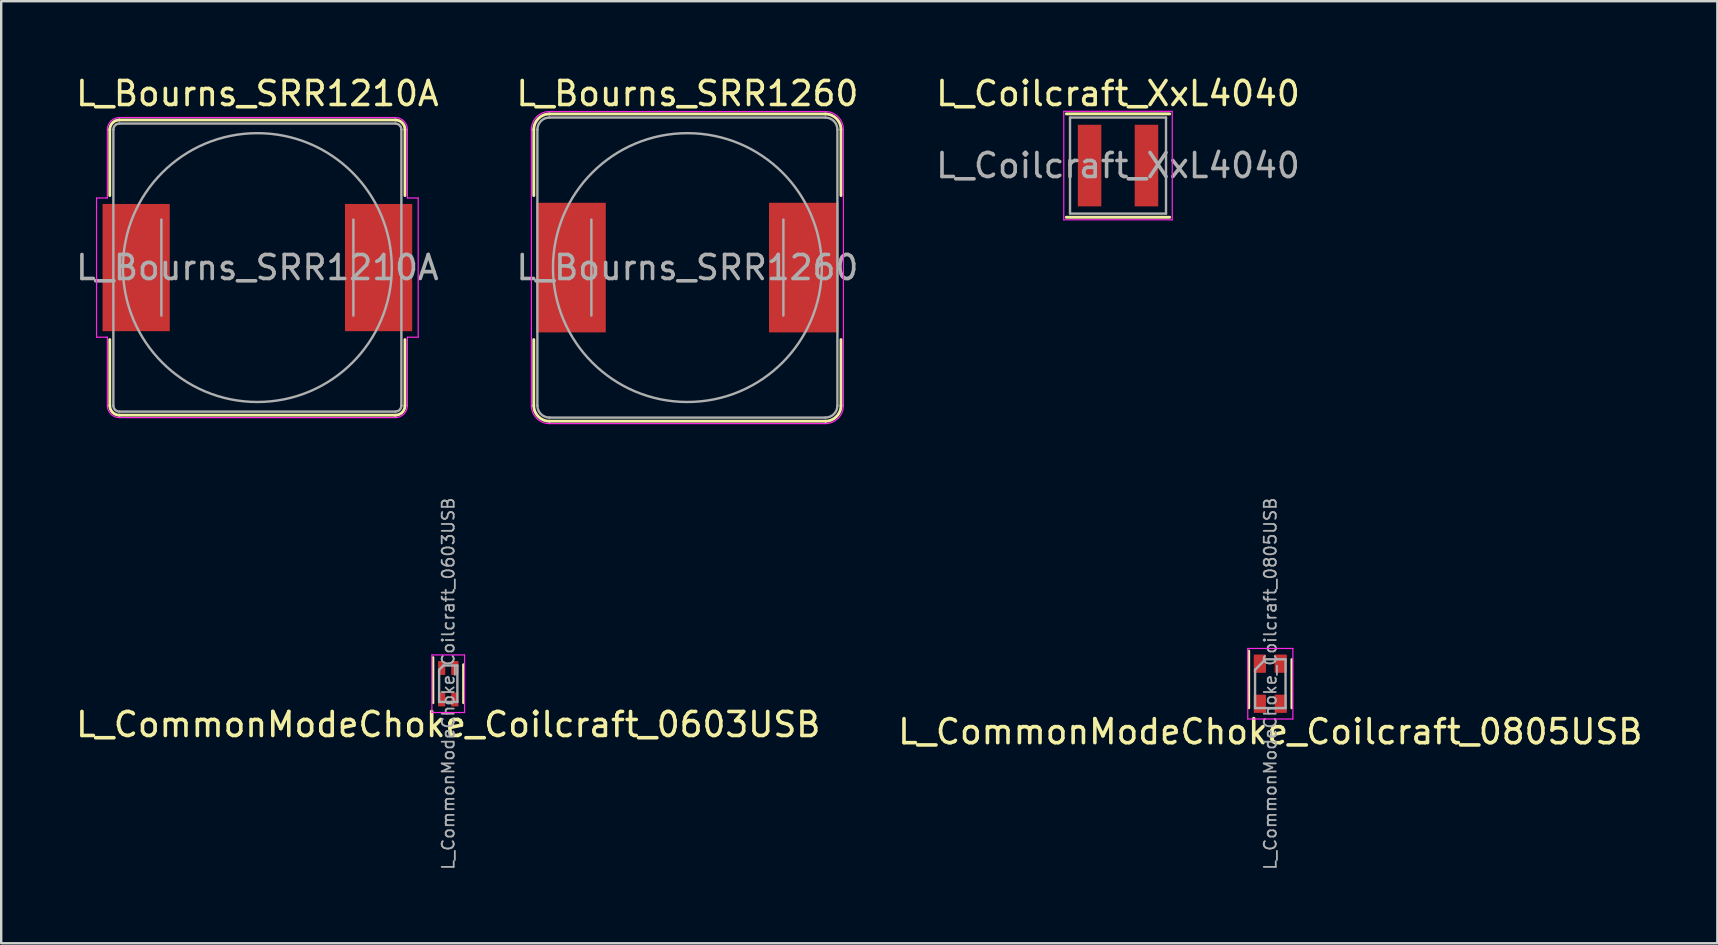
<source format=kicad_pcb>
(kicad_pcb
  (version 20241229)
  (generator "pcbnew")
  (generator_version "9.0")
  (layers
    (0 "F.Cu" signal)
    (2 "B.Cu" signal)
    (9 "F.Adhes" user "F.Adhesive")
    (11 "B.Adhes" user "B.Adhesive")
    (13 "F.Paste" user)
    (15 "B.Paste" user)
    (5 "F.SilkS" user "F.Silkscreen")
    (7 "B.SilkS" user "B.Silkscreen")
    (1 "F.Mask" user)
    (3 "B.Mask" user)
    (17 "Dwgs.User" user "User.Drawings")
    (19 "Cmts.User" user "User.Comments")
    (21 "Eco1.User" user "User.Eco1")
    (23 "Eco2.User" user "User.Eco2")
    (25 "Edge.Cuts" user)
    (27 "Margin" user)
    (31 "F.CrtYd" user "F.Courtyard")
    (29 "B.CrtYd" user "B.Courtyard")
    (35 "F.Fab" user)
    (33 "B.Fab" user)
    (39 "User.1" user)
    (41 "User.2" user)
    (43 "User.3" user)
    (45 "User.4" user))
  (footprint "L_Bourns_SRR1210A"
    (layer "F.Cu")
    (at 7.673 8.098)
    (property "Reference" "L_Bourns_SRR1210A" (at 0 -7.25 0) (layer "F.SilkS") (effects (font (size 1 1) (thickness 0.15))))
    (attr smd)
    (fp_line (start -6.15 -5.75) (end -6.15 -3) (stroke (width 0.12) (type solid)) (layer "F.SilkS"))
    (fp_line (start -6.15 3) (end -6.15 5.75) (stroke (width 0.12) (type solid)) (layer "F.SilkS"))
    (fp_line (start -5.75 -6.15) (end 5.75 -6.15) (stroke (width 0.12) (type solid)) (layer "F.SilkS"))
    (fp_line (start 5.75 6.15) (end -5.75 6.15) (stroke (width 0.12) (type solid)) (layer "F.SilkS"))
    (fp_line (start 6.15 -5.75) (end 6.15 -3) (stroke (width 0.12) (type solid)) (layer "F.SilkS"))
    (fp_line (start 6.15 3) (end 6.15 5.75) (stroke (width 0.12) (type solid)) (layer "F.SilkS"))
    (fp_arc (start -6.15 -5.75) (mid -6.032843 -6.032843) (end -5.75 -6.15) (stroke (width 0.12) (type solid)) (layer "F.SilkS"))
    (fp_arc (start -5.75 6.15) (mid -6.032843 6.032843) (end -6.15 5.75) (stroke (width 0.12) (type solid)) (layer "F.SilkS"))
    (fp_arc (start 5.75 -6.15) (mid 6.032843 -6.032843) (end 6.15 -5.75) (stroke (width 0.12) (type solid)) (layer "F.SilkS"))
    (fp_arc (start 6.15 5.75) (mid 6.032843 6.032843) (end 5.75 6.15) (stroke (width 0.12) (type solid)) (layer "F.SilkS"))
    (fp_line (start -6.7 -2.9) (end -6.7 2.9) (stroke (width 0.05) (type solid)) (layer "F.CrtYd"))
    (fp_line (start -6.7 -2.9) (end -6.25 -2.9) (stroke (width 0.05) (type solid)) (layer "F.CrtYd"))
    (fp_line (start -6.25 -5.75) (end -6.25 -2.9) (stroke (width 0.05) (type solid)) (layer "F.CrtYd"))
    (fp_line (start -6.25 2.9) (end -6.7 2.9) (stroke (width 0.05) (type solid)) (layer "F.CrtYd"))
    (fp_line (start -6.25 5.75) (end -6.25 2.9) (stroke (width 0.05) (type solid)) (layer "F.CrtYd"))
    (fp_line (start -5.75 -6.25) (end 5.75 -6.25) (stroke (width 0.05) (type solid)) (layer "F.CrtYd"))
    (fp_line (start 5.75 6.25) (end -5.75 6.25) (stroke (width 0.05) (type solid)) (layer "F.CrtYd"))
    (fp_line (start 6.25 -5.75) (end 6.25 -2.9) (stroke (width 0.05) (type solid)) (layer "F.CrtYd"))
    (fp_line (start 6.25 2.9) (end 6.25 5.75) (stroke (width 0.05) (type solid)) (layer "F.CrtYd"))
    (fp_line (start 6.7 -2.9) (end 6.25 -2.9) (stroke (width 0.05) (type solid)) (layer "F.CrtYd"))
    (fp_line (start 6.7 -2.9) (end 6.7 2.9) (stroke (width 0.05) (type solid)) (layer "F.CrtYd"))
    (fp_line (start 6.7 2.9) (end 6.25 2.9) (stroke (width 0.05) (type solid)) (layer "F.CrtYd"))
    (fp_arc (start -6.25 -5.75) (mid -6.103553 -6.103553) (end -5.75 -6.25) (stroke (width 0.05) (type solid)) (layer "F.CrtYd"))
    (fp_arc (start -5.75 6.25) (mid -6.103553 6.103553) (end -6.25 5.75) (stroke (width 0.05) (type solid)) (layer "F.CrtYd"))
    (fp_arc (start 5.75 -6.25) (mid 6.103553 -6.103553) (end 6.25 -5.75) (stroke (width 0.05) (type solid)) (layer "F.CrtYd"))
    (fp_arc (start 6.25 5.75) (mid 6.103553 6.103553) (end 5.75 6.25) (stroke (width 0.05) (type solid)) (layer "F.CrtYd"))
    (fp_line (start -6 -5.75) (end -6 5.75) (stroke (width 0.1) (type solid)) (layer "F.Fab"))
    (fp_line (start -5.75 -6) (end 5.75 -6) (stroke (width 0.1) (type solid)) (layer "F.Fab"))
    (fp_line (start -4 2) (end -4 -2) (stroke (width 0.1) (type solid)) (layer "F.Fab"))
    (fp_line (start 4 -2) (end 4 2) (stroke (width 0.1) (type solid)) (layer "F.Fab"))
    (fp_line (start 5.75 6) (end -5.75 6) (stroke (width 0.1) (type solid)) (layer "F.Fab"))
    (fp_line (start 6 -5.75) (end 6 5.75) (stroke (width 0.1) (type solid)) (layer "F.Fab"))
    (fp_arc (start -6 -5.75) (mid -5.926777 -5.926777) (end -5.75 -6) (stroke (width 0.1) (type solid)) (layer "F.Fab"))
    (fp_arc (start -5.75 6) (mid -5.926777 5.926777) (end -6 5.75) (stroke (width 0.1) (type solid)) (layer "F.Fab"))
    (fp_arc (start 5.75 -6) (mid 5.926777 -5.926777) (end 6 -5.75) (stroke (width 0.1) (type solid)) (layer "F.Fab"))
    (fp_arc (start 6 5.75) (mid 5.926777 5.926777) (end 5.75 6) (stroke (width 0.1) (type solid)) (layer "F.Fab"))
    (fp_circle (center 0 0) (end 0 -5.6) (stroke (width 0.1) (type solid)) (fill no) (layer "F.Fab"))
    (fp_text user "${REFERENCE}" (at 0 0 0) (layer "F.Fab") (effects (font (size 1 1) (thickness 0.15))))
    (pad "1" smd rect (at -5.05 0) (size 2.8 5.3) (layers "F.Cu" "F.Mask" "F.Paste"))
    (pad "2" smd rect (at 5.05 0) (size 2.8 5.3) (layers "F.Cu" "F.Mask" "F.Paste")))
  (footprint "L_Coilcraft_XxL4040"
    (layer "F.Cu")
    (at 43.53 3.848)
    (property "Reference" "L_Coilcraft_XxL4040" (at 0 -3 0) (layer "F.SilkS") (effects (font (size 1 1) (thickness 0.15))))
    (attr smd)
    (fp_line (start -2.154 -2.154) (end 2.154 -2.154) (stroke (width 0.12) (type solid)) (layer "F.SilkS"))
    (fp_line (start 2.154 2.154) (end -2.154 2.154) (stroke (width 0.12) (type solid)) (layer "F.SilkS"))
    (fp_line (start -2.26 -2.26) (end 2.26 -2.26) (stroke (width 0.05) (type solid)) (layer "F.CrtYd"))
    (fp_line (start -2.26 2.26) (end -2.26 -2.26) (stroke (width 0.05) (type solid)) (layer "F.CrtYd"))
    (fp_line (start 2.26 -2.26) (end 2.26 2.26) (stroke (width 0.05) (type solid)) (layer "F.CrtYd"))
    (fp_line (start 2.26 2.26) (end -2.26 2.26) (stroke (width 0.05) (type solid)) (layer "F.CrtYd"))
    (fp_line (start -2 -2) (end 2 -2) (stroke (width 0.1) (type solid)) (layer "F.Fab"))
    (fp_line (start -2 2) (end -2 -2) (stroke (width 0.1) (type solid)) (layer "F.Fab"))
    (fp_line (start 2 -2) (end 2 2) (stroke (width 0.1) (type solid)) (layer "F.Fab"))
    (fp_line (start 2 2) (end -2 2) (stroke (width 0.1) (type solid)) (layer "F.Fab"))
    (fp_text user "${REFERENCE}" (at 0 0 0) (layer "F.Fab") (effects (font (size 1 1) (thickness 0.15))))
    (pad "1" smd rect (at -1.185 0) (size 0.98 3.4) (layers "F.Cu" "F.Mask" "F.Paste"))
    (pad "2" smd rect (at 1.185 0) (size 0.98 3.4) (layers "F.Cu" "F.Mask" "F.Paste")))
  (footprint "L_CommonModeChoke_Coilcraft_0603USB"
    (layer "F.Cu")
    (at 15.625 25.436)
    (property "Reference" "L_CommonModeChoke_Coilcraft_0603USB" (at 0 1.7 0) (layer "F.SilkS") (effects (font (size 1 1) (thickness 0.15))))
    (attr smd)
    (fp_line (start -0.63 -1.1) (end -0.63 0.8) (stroke (width 0.1) (type solid)) (layer "F.SilkS"))
    (fp_line (start 0.63 0.8) (end 0.63 -0.8) (stroke (width 0.1) (type solid)) (layer "F.SilkS"))
    (fp_line (start -0.68 -1.2) (end 0.68 -1.2) (stroke (width 0.05) (type solid)) (layer "F.CrtYd"))
    (fp_line (start -0.68 1.2) (end -0.68 -1.2) (stroke (width 0.05) (type solid)) (layer "F.CrtYd"))
    (fp_line (start -0.68 1.2) (end 0.68 1.2) (stroke (width 0.05) (type solid)) (layer "F.CrtYd"))
    (fp_line (start 0.68 1.2) (end 0.68 -1.2) (stroke (width 0.05) (type solid)) (layer "F.CrtYd"))
    (fp_line (start -0.38 -0.58) (end -0.38 0.76) (stroke (width 0.1) (type solid)) (layer "F.Fab"))
    (fp_line (start -0.38 -0.58) (end -0.2 -0.76) (stroke (width 0.1) (type solid)) (layer "F.Fab"))
    (fp_line (start -0.38 0.76) (end 0.38 0.76) (stroke (width 0.1) (type solid)) (layer "F.Fab"))
    (fp_line (start -0.2 -0.76) (end 0.38 -0.76) (stroke (width 0.1) (type solid)) (layer "F.Fab"))
    (fp_line (start 0.38 -0.76) (end 0.38 0.76) (stroke (width 0.1) (type solid)) (layer "F.Fab"))
    (fp_text user "${REFERENCE}" (at 0 0 90) (layer "F.Fab") (effects (font (size 0.5 0.5) (thickness 0.075))))
    (pad "1" smd roundrect (at -0.275 -0.655) (size 0.3 0.58) (layers "F.Cu" "F.Mask" "F.Paste") (roundrect_rratio 0.05))
    (pad "2" smd roundrect (at -0.275 0.655) (size 0.3 0.58) (layers "F.Cu" "F.Mask" "F.Paste") (roundrect_rratio 0.05))
    (pad "3" smd roundrect (at 0.275 0.655) (size 0.3 0.58) (layers "F.Cu" "F.Mask" "F.Paste") (roundrect_rratio 0.05))
    (pad "4" smd roundrect (at 0.275 -0.655) (size 0.3 0.58) (layers "F.Cu" "F.Mask" "F.Paste") (roundrect_rratio 0.05)))
  (footprint "L_Bourns_SRR1260"
    (layer "F.Cu")
    (at 25.589 8.098)
    (property "Reference" "L_Bourns_SRR1260" (at 0 -7.25 0) (layer "F.SilkS") (effects (font (size 1 1) (thickness 0.15))))
    (attr smd)
    (fp_line (start -6.4 -5.75) (end -6.4 -3) (stroke (width 0.12) (type solid)) (layer "F.SilkS"))
    (fp_line (start -6.4 3) (end -6.4 5.75) (stroke (width 0.12) (type solid)) (layer "F.SilkS"))
    (fp_line (start -5.75 -6.4) (end 5.75 -6.4) (stroke (width 0.12) (type solid)) (layer "F.SilkS"))
    (fp_line (start 5.75 6.4) (end -5.75 6.4) (stroke (width 0.12) (type solid)) (layer "F.SilkS"))
    (fp_line (start 6.4 -5.75) (end 6.4 -3) (stroke (width 0.12) (type solid)) (layer "F.SilkS"))
    (fp_line (start 6.4 3) (end 6.4 5.75) (stroke (width 0.12) (type solid)) (layer "F.SilkS"))
    (fp_arc (start -6.4 -5.75) (mid -6.209619 -6.209619) (end -5.75 -6.4) (stroke (width 0.12) (type solid)) (layer "F.SilkS"))
    (fp_arc (start -5.75 6.4) (mid -6.209619 6.209619) (end -6.4 5.75) (stroke (width 0.12) (type solid)) (layer "F.SilkS"))
    (fp_arc (start 5.75 -6.4) (mid 6.209619 -6.209619) (end 6.4 -5.75) (stroke (width 0.12) (type solid)) (layer "F.SilkS"))
    (fp_arc (start 6.4 5.75) (mid 6.209619 6.209619) (end 5.75 6.4) (stroke (width 0.12) (type solid)) (layer "F.SilkS"))
    (fp_line (start -6.5 5.75) (end -6.5 -5.75) (stroke (width 0.05) (type solid)) (layer "F.CrtYd"))
    (fp_line (start -5.75 -6.5) (end 5.75 -6.5) (stroke (width 0.05) (type solid)) (layer "F.CrtYd"))
    (fp_line (start 5.75 6.5) (end -5.75 6.5) (stroke (width 0.05) (type solid)) (layer "F.CrtYd"))
    (fp_line (start 6.5 -5.75) (end 6.5 5.75) (stroke (width 0.05) (type solid)) (layer "F.CrtYd"))
    (fp_arc (start -6.5 -5.75) (mid -6.28033 -6.28033) (end -5.75 -6.5) (stroke (width 0.05) (type solid)) (layer "F.CrtYd"))
    (fp_arc (start -5.75 6.5) (mid -6.28033 6.28033) (end -6.5 5.75) (stroke (width 0.05) (type solid)) (layer "F.CrtYd"))
    (fp_arc (start 5.75 -6.5) (mid 6.28033 -6.28033) (end 6.5 -5.75) (stroke (width 0.05) (type solid)) (layer "F.CrtYd"))
    (fp_arc (start 6.5 5.75) (mid 6.28033 6.28033) (end 5.75 6.5) (stroke (width 0.05) (type solid)) (layer "F.CrtYd"))
    (fp_line (start -6.25 -5.75) (end -6.25 5.75) (stroke (width 0.1) (type solid)) (layer "F.Fab"))
    (fp_line (start -5.75 -6.25) (end 5.75 -6.25) (stroke (width 0.1) (type solid)) (layer "F.Fab"))
    (fp_line (start -4 2) (end -4 -2) (stroke (width 0.1) (type solid)) (layer "F.Fab"))
    (fp_line (start 4 -2) (end 4 2) (stroke (width 0.1) (type solid)) (layer "F.Fab"))
    (fp_line (start 5.75 6.25) (end -5.75 6.25) (stroke (width 0.1) (type solid)) (layer "F.Fab"))
    (fp_line (start 6.25 -5.75) (end 6.25 5.75) (stroke (width 0.1) (type solid)) (layer "F.Fab"))
    (fp_arc (start -6.25 -5.75) (mid -6.103553 -6.103553) (end -5.75 -6.25) (stroke (width 0.1) (type solid)) (layer "F.Fab"))
    (fp_arc (start -5.75 6.25) (mid -6.103553 6.103553) (end -6.25 5.75) (stroke (width 0.1) (type solid)) (layer "F.Fab"))
    (fp_arc (start 5.75 -6.25) (mid 6.103553 -6.103553) (end 6.25 -5.75) (stroke (width 0.1) (type solid)) (layer "F.Fab"))
    (fp_arc (start 6.25 5.75) (mid 6.103553 6.103553) (end 5.75 6.25) (stroke (width 0.1) (type solid)) (layer "F.Fab"))
    (fp_circle (center 0 0) (end 0 -5.6) (stroke (width 0.1) (type solid)) (fill no) (layer "F.Fab"))
    (fp_text user "${REFERENCE}" (at 0 0 0) (layer "F.Fab") (effects (font (size 1 1) (thickness 0.15))))
    (pad "1" smd rect (at -4.85 0) (size 2.9 5.4) (layers "F.Cu" "F.Mask" "F.Paste"))
    (pad "2" smd rect (at 4.85 0) (size 2.9 5.4) (layers "F.Cu" "F.Mask" "F.Paste")))
  (footprint "L_CommonModeChoke_Coilcraft_0805USB"
    (layer "F.Cu")
    (at 49.875 25.436)
    (property "Reference" "L_CommonModeChoke_Coilcraft_0805USB" (at 0 2 0) (layer "F.SilkS") (effects (font (size 1 1) (thickness 0.15))))
    (attr smd)
    (fp_line (start -0.89 -1.37) (end -0.89 1.015) (stroke (width 0.1) (type solid)) (layer "F.SilkS"))
    (fp_line (start 0.89 -1.015) (end 0.89 1.015) (stroke (width 0.1) (type solid)) (layer "F.SilkS"))
    (fp_line (start -0.94 -1.47) (end 0.94 -1.47) (stroke (width 0.05) (type solid)) (layer "F.CrtYd"))
    (fp_line (start -0.94 1.47) (end -0.94 -1.47) (stroke (width 0.05) (type solid)) (layer "F.CrtYd"))
    (fp_line (start -0.94 1.47) (end 0.94 1.47) (stroke (width 0.05) (type solid)) (layer "F.CrtYd"))
    (fp_line (start 0.94 1.47) (end 0.94 -1.47) (stroke (width 0.05) (type solid)) (layer "F.CrtYd"))
    (fp_line (start -0.635 -0.58) (end -0.635 1.015) (stroke (width 0.1) (type solid)) (layer "F.Fab"))
    (fp_line (start -0.635 -0.58) (end -0.205 -1.015) (stroke (width 0.1) (type solid)) (layer "F.Fab"))
    (fp_line (start -0.635 1.015) (end 0.635 1.015) (stroke (width 0.1) (type solid)) (layer "F.Fab"))
    (fp_line (start -0.205 -1.015) (end 0.635 -1.015) (stroke (width 0.1) (type solid)) (layer "F.Fab"))
    (fp_line (start 0.635 -1.015) (end 0.635 1.015) (stroke (width 0.1) (type solid)) (layer "F.Fab"))
    (fp_text user "${REFERENCE}" (at 0 0 90) (layer "F.Fab") (effects (font (size 0.5 0.5) (thickness 0.075))))
    (pad "1" smd roundrect (at -0.435 -0.835) (size 0.51 0.76) (layers "F.Cu" "F.Mask" "F.Paste") (roundrect_rratio 0.05))
    (pad "2" smd roundrect (at -0.435 0.835) (size 0.51 0.76) (layers "F.Cu" "F.Mask" "F.Paste") (roundrect_rratio 0.05))
    (pad "3" smd roundrect (at 0.435 0.835) (size 0.51 0.76) (layers "F.Cu" "F.Mask" "F.Paste") (roundrect_rratio 0.05))
    (pad "4" smd roundrect (at 0.435 -0.835) (size 0.51 0.76) (layers "F.Cu" "F.Mask" "F.Paste") (roundrect_rratio 0.05)))
  (gr_rect
    (start -3 -3)
    (end 68.5 36.248)
    (stroke (width 0.1) (type default))
    (fill no)
    (layer "Edge.Cuts")))
</source>
